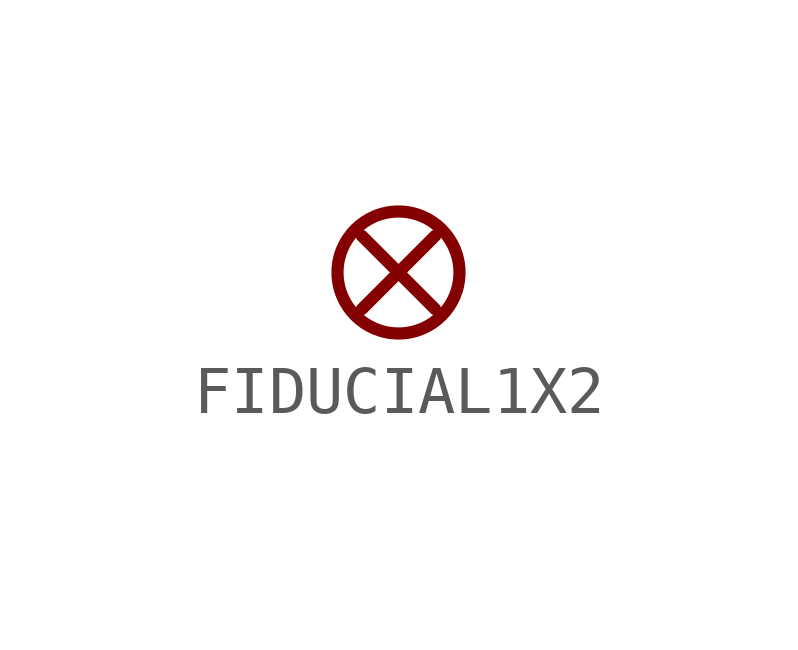
<source format=kicad_sym>
(kicad_symbol_lib
  (version 20220914)
  (generator kicad_symbol_editor)
  (symbol "FIDUCIAL1X2"
    (property "Reference" "JP"
      (at 0 0 0)
      (effects (font (size 1.27 1.27)) hide))
    (property "ki_locked" ""
      (at 0 0 0)
      (effects (font (size 1.27 1.27))))
    (symbol "FIDUCIAL1X2_1_0"
      (polyline (pts (xy -0.762 0.762) (xy 0.762 -0.762)) (stroke (width 0.254) (type solid)) (fill (type none)))
      (polyline (pts (xy 0.762 0.762) (xy -0.762 -0.762)) (stroke (width 0.254) (type solid)) (fill (type none)))
      (circle (center 0 0) (radius 1.27) (stroke (width 0.254) (type solid)) (fill (type none))))))
</source>
